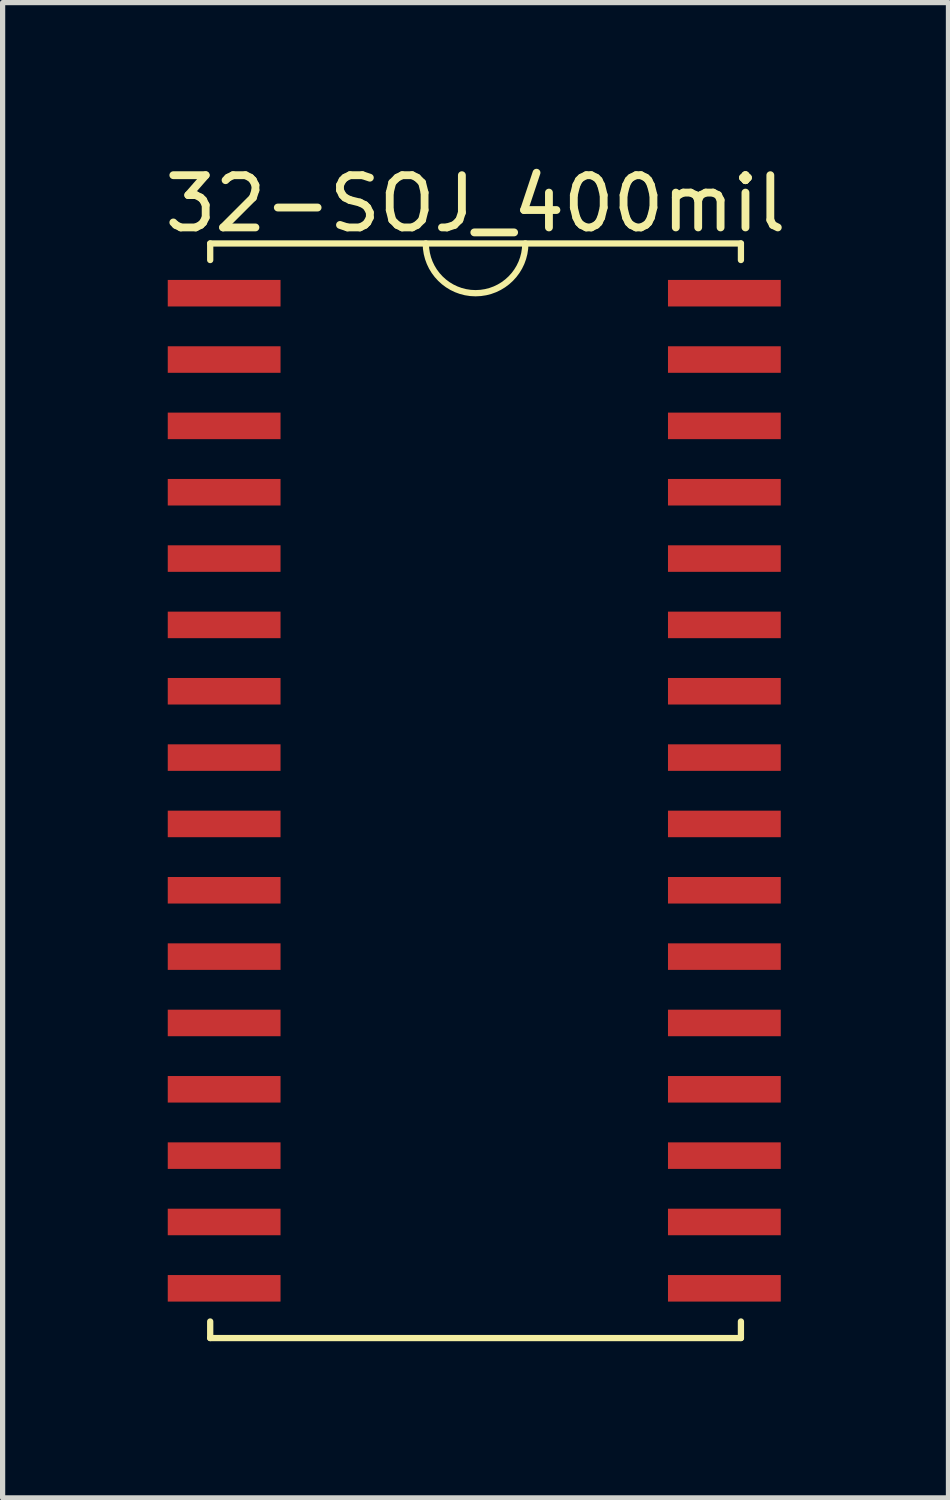
<source format=kicad_pcb>
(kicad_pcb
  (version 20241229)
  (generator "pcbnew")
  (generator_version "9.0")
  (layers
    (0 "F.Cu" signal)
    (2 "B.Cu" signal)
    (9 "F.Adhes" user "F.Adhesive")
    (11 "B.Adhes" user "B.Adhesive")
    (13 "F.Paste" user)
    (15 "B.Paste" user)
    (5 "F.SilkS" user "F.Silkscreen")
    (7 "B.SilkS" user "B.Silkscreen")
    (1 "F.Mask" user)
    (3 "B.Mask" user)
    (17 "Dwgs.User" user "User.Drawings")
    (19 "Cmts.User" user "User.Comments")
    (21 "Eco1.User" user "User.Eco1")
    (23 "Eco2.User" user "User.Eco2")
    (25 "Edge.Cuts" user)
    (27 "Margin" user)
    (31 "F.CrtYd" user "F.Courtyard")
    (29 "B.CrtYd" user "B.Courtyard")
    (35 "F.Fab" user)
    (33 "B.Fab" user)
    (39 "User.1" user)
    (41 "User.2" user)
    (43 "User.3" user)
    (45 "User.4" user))
  (footprint "32-SOJ_400mil"
    (layer "F.Cu")
    (at 6.054 12.088)
    (property "Reference" "32-SOJ_400mil" (at 0 -11.239 0) (layer "F.SilkS") (effects (font (size 1 1) (thickness 0.15))))
    (attr through_hole)
    (fp_line (start -5.08 -10.477) (end -5.08 -10.16) (stroke (width 0.12) (type solid)) (layer "F.SilkS"))
    (fp_line (start -5.08 -10.477) (end 5.08 -10.477) (stroke (width 0.12) (type solid)) (layer "F.SilkS"))
    (fp_line (start -5.08 10.477) (end -5.08 10.16) (stroke (width 0.12) (type solid)) (layer "F.SilkS"))
    (fp_line (start -5.08 10.477) (end 5.08 10.477) (stroke (width 0.12) (type solid)) (layer "F.SilkS"))
    (fp_line (start 5.08 -10.477) (end 5.08 -10.16) (stroke (width 0.12) (type solid)) (layer "F.SilkS"))
    (fp_line (start 5.08 10.477) (end 5.08 10.16) (stroke (width 0.12) (type solid)) (layer "F.SilkS"))
    (fp_arc (start 0.9525 -10.4775) (mid 0 -9.525) (end -0.9525 -10.4775) (stroke (width 0.12) (type solid)) (layer "F.SilkS"))
    (pad "1" smd rect (at -4.813 -9.525) (size 2.159 0.508) (layers "F.Cu" "F.Mask" "F.Paste"))
    (pad "2" smd rect (at -4.813 -8.255) (size 2.159 0.508) (layers "F.Cu" "F.Mask" "F.Paste"))
    (pad "3" smd rect (at -4.813 -6.985) (size 2.159 0.508) (layers "F.Cu" "F.Mask" "F.Paste"))
    (pad "4" smd rect (at -4.813 -5.715) (size 2.159 0.508) (layers "F.Cu" "F.Mask" "F.Paste"))
    (pad "5" smd rect (at -4.813 -4.445) (size 2.159 0.508) (layers "F.Cu" "F.Mask" "F.Paste"))
    (pad "6" smd rect (at -4.813 -3.175) (size 2.159 0.508) (layers "F.Cu" "F.Mask" "F.Paste"))
    (pad "7" smd rect (at -4.813 -1.905) (size 2.159 0.508) (layers "F.Cu" "F.Mask" "F.Paste"))
    (pad "8" smd rect (at -4.813 -0.635) (size 2.159 0.508) (layers "F.Cu" "F.Mask" "F.Paste"))
    (pad "9" smd rect (at -4.813 0.635) (size 2.159 0.508) (layers "F.Cu" "F.Mask" "F.Paste"))
    (pad "10" smd rect (at -4.813 1.905) (size 2.159 0.508) (layers "F.Cu" "F.Mask" "F.Paste"))
    (pad "11" smd rect (at -4.813 3.175) (size 2.159 0.508) (layers "F.Cu" "F.Mask" "F.Paste"))
    (pad "12" smd rect (at -4.813 4.445) (size 2.159 0.508) (layers "F.Cu" "F.Mask" "F.Paste"))
    (pad "13" smd rect (at -4.813 5.715) (size 2.159 0.508) (layers "F.Cu" "F.Mask" "F.Paste"))
    (pad "14" smd rect (at -4.813 6.985) (size 2.159 0.508) (layers "F.Cu" "F.Mask" "F.Paste"))
    (pad "15" smd rect (at -4.813 8.255) (size 2.159 0.508) (layers "F.Cu" "F.Mask" "F.Paste"))
    (pad "16" smd rect (at -4.813 9.525) (size 2.159 0.508) (layers "F.Cu" "F.Mask" "F.Paste"))
    (pad "17" smd rect (at 4.763 9.525) (size 2.159 0.508) (layers "F.Cu" "F.Mask" "F.Paste"))
    (pad "18" smd rect (at 4.763 8.255) (size 2.159 0.508) (layers "F.Cu" "F.Mask" "F.Paste"))
    (pad "19" smd rect (at 4.763 6.985) (size 2.159 0.508) (layers "F.Cu" "F.Mask" "F.Paste"))
    (pad "20" smd rect (at 4.763 5.715) (size 2.159 0.508) (layers "F.Cu" "F.Mask" "F.Paste"))
    (pad "21" smd rect (at 4.763 4.445) (size 2.159 0.508) (layers "F.Cu" "F.Mask" "F.Paste"))
    (pad "22" smd rect (at 4.763 3.175) (size 2.159 0.508) (layers "F.Cu" "F.Mask" "F.Paste"))
    (pad "23" smd rect (at 4.763 1.905) (size 2.159 0.508) (layers "F.Cu" "F.Mask" "F.Paste"))
    (pad "24" smd rect (at 4.763 0.635) (size 2.159 0.508) (layers "F.Cu" "F.Mask" "F.Paste"))
    (pad "25" smd rect (at 4.763 -0.635) (size 2.159 0.508) (layers "F.Cu" "F.Mask" "F.Paste"))
    (pad "26" smd rect (at 4.763 -1.905) (size 2.159 0.508) (layers "F.Cu" "F.Mask" "F.Paste"))
    (pad "27" smd rect (at 4.763 -3.175) (size 2.159 0.508) (layers "F.Cu" "F.Mask" "F.Paste"))
    (pad "28" smd rect (at 4.763 -4.445) (size 2.159 0.508) (layers "F.Cu" "F.Mask" "F.Paste"))
    (pad "29" smd rect (at 4.763 -5.715) (size 2.159 0.508) (layers "F.Cu" "F.Mask" "F.Paste"))
    (pad "30" smd rect (at 4.763 -6.985) (size 2.159 0.508) (layers "F.Cu" "F.Mask" "F.Paste"))
    (pad "31" smd rect (at 4.763 -8.255) (size 2.159 0.508) (layers "F.Cu" "F.Mask" "F.Paste"))
    (pad "32" smd rect (at 4.763 -9.525) (size 2.159 0.508) (layers "F.Cu" "F.Mask" "F.Paste")))
  (gr_rect
    (start -3 -3)
    (end 15.107 25.625)
    (stroke (width 0.1) (type default))
    (fill no)
    (layer "Edge.Cuts")))
</source>
